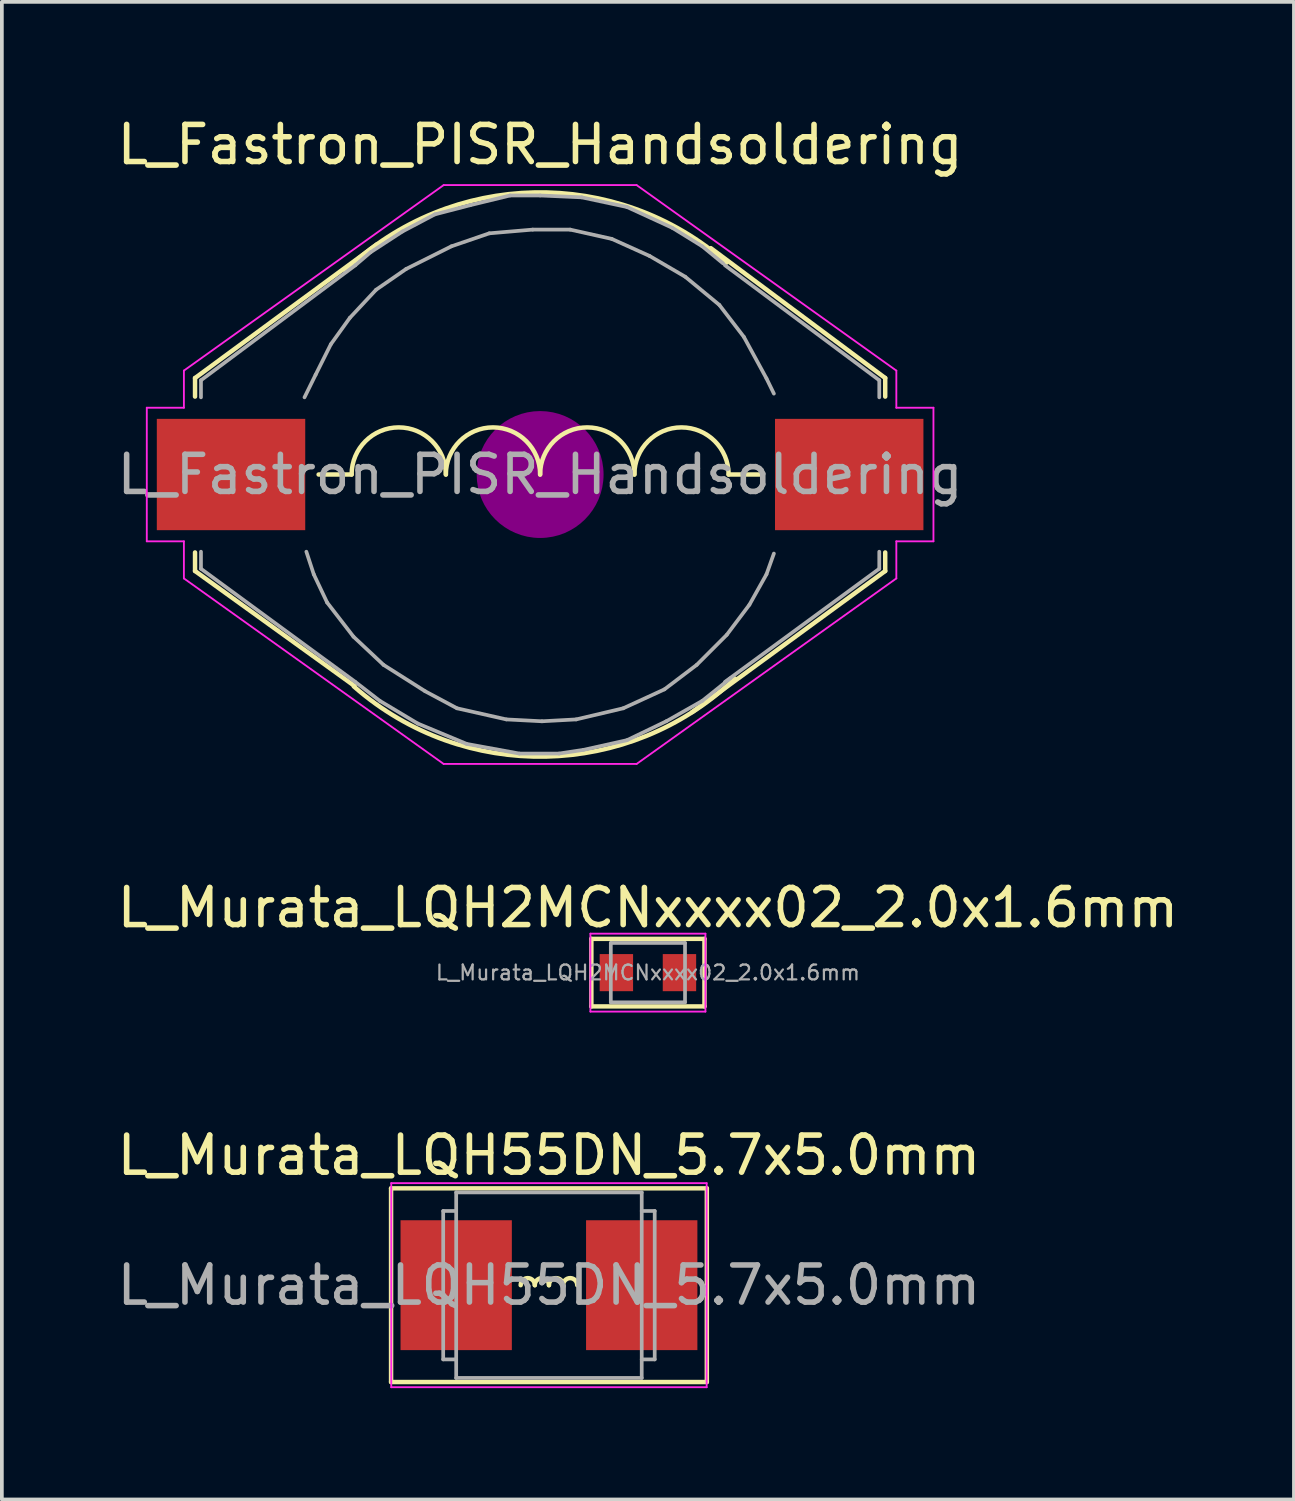
<source format=kicad_pcb>
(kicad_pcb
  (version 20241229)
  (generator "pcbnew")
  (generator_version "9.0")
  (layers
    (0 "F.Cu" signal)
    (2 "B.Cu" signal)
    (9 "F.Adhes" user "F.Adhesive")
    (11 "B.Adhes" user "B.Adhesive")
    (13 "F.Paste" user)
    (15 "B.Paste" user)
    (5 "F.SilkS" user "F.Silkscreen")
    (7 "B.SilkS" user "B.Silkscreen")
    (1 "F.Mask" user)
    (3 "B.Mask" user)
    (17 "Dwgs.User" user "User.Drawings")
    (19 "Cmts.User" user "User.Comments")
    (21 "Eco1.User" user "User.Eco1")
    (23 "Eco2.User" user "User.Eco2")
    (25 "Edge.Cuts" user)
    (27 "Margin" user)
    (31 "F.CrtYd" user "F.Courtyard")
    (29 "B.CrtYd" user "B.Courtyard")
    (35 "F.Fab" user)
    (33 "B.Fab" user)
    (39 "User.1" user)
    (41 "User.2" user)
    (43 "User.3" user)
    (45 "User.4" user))
  (footprint "L_Fastron_PISR_Handsoldering"
    (layer "F.Cu")
    (at 11.506 9.738)
    (property "Reference" "L_Fastron_PISR_Handsoldering" (at 0 -8.89 0) (layer "F.SilkS") (effects (font (size 1 1) (thickness 0.15))))
    (attr smd)
    (fp_line (start -9.3 -2.6) (end -9.3 -2.1) (stroke (width 0.12) (type solid)) (layer "F.SilkS"))
    (fp_line (start -9.3 -2.6) (end -4.4 -6.2) (stroke (width 0.12) (type solid)) (layer "F.SilkS"))
    (fp_line (start -9.3 2.6) (end -9.3 2.1) (stroke (width 0.12) (type solid)) (layer "F.SilkS"))
    (fp_line (start -5.08 0) (end -5.969 0) (stroke (width 0.12) (type solid)) (layer "F.SilkS"))
    (fp_line (start -5 5.7) (end -9.3 2.6) (stroke (width 0.12) (type solid)) (layer "F.SilkS"))
    (fp_line (start 4.1 6.4) (end 9.3 2.6) (stroke (width 0.12) (type solid)) (layer "F.SilkS"))
    (fp_line (start 4.6 -6.1) (end 9.3 -2.6) (stroke (width 0.12) (type solid)) (layer "F.SilkS"))
    (fp_line (start 5.969 0) (end 5.08 0) (stroke (width 0.12) (type solid)) (layer "F.SilkS"))
    (fp_line (start 9.3 -2.6) (end 9.3 -2.1) (stroke (width 0.12) (type solid)) (layer "F.SilkS"))
    (fp_line (start 9.3 2.6) (end 9.3 2.1) (stroke (width 0.12) (type solid)) (layer "F.SilkS"))
    (fp_arc (start -5.25 -5.5) (mid -0.15496 -7.601874) (end 5.021503 -5.709379) (stroke (width 0.12) (type solid)) (layer "F.SilkS"))
    (fp_arc (start -5.08 0) (mid -3.81 -1.27) (end -2.54 0) (stroke (width 0.12) (type solid)) (layer "F.SilkS"))
    (fp_arc (start -2.54 0) (mid -1.27 -1.27) (end 0 0) (stroke (width 0.12) (type solid)) (layer "F.SilkS"))
    (fp_arc (start 0 0) (mid 1.27 -1.27) (end 2.54 0) (stroke (width 0.12) (type solid)) (layer "F.SilkS"))
    (fp_arc (start 2.54 0) (mid 3.81 -1.27) (end 5.08 0) (stroke (width 0.12) (type solid)) (layer "F.SilkS"))
    (fp_arc (start 5.25 5.5) (mid 0.15496 7.601874) (end -5.021503 5.709379) (stroke (width 0.12) (type solid)) (layer "F.SilkS"))
    (fp_line (start 0 -0.25) (end 0 0.25) (stroke (width 0.38) (type solid)) (layer "F.Adhes"))
    (fp_circle (center 0 0) (end 0 0.25) (stroke (width 0.38) (type solid)) (fill no) (layer "F.Adhes"))
    (fp_circle (center 0 0) (end 0 0.51) (stroke (width 0.38) (type solid)) (fill no) (layer "F.Adhes"))
    (fp_circle (center 0 0) (end 0 0.76) (stroke (width 0.38) (type solid)) (fill no) (layer "F.Adhes"))
    (fp_circle (center 0 0) (end 0 1.02) (stroke (width 0.38) (type solid)) (fill no) (layer "F.Adhes"))
    (fp_circle (center 0 0) (end 0 1.27) (stroke (width 0.38) (type solid)) (fill no) (layer "F.Adhes"))
    (fp_circle (center 0 0) (end 0 1.52) (stroke (width 0.38) (type solid)) (fill no) (layer "F.Adhes"))
    (fp_line (start -10.6 -1.8) (end -9.6 -1.8) (stroke (width 0.05) (type solid)) (layer "F.CrtYd"))
    (fp_line (start -10.6 1.8) (end -10.6 -1.8) (stroke (width 0.05) (type solid)) (layer "F.CrtYd"))
    (fp_line (start -9.6 -2.8) (end -2.6 -7.8) (stroke (width 0.05) (type solid)) (layer "F.CrtYd"))
    (fp_line (start -9.6 -1.8) (end -9.6 -2.8) (stroke (width 0.05) (type solid)) (layer "F.CrtYd"))
    (fp_line (start -9.6 1.8) (end -10.6 1.8) (stroke (width 0.05) (type solid)) (layer "F.CrtYd"))
    (fp_line (start -9.6 2.8) (end -9.6 1.8) (stroke (width 0.05) (type solid)) (layer "F.CrtYd"))
    (fp_line (start -2.6 -7.8) (end 2.6 -7.8) (stroke (width 0.05) (type solid)) (layer "F.CrtYd"))
    (fp_line (start -2.6 7.8) (end -9.6 2.8) (stroke (width 0.05) (type solid)) (layer "F.CrtYd"))
    (fp_line (start 2.6 -7.8) (end 9.6 -2.8) (stroke (width 0.05) (type solid)) (layer "F.CrtYd"))
    (fp_line (start 2.6 7.8) (end -2.6 7.8) (stroke (width 0.05) (type solid)) (layer "F.CrtYd"))
    (fp_line (start 9.6 -2.8) (end 9.6 -1.8) (stroke (width 0.05) (type solid)) (layer "F.CrtYd"))
    (fp_line (start 9.6 -1.8) (end 10.6 -1.8) (stroke (width 0.05) (type solid)) (layer "F.CrtYd"))
    (fp_line (start 9.6 1.8) (end 9.6 2.8) (stroke (width 0.05) (type solid)) (layer "F.CrtYd"))
    (fp_line (start 9.6 2.8) (end 2.6 7.8) (stroke (width 0.05) (type solid)) (layer "F.CrtYd"))
    (fp_line (start 10.6 -1.8) (end 10.6 1.8) (stroke (width 0.05) (type solid)) (layer "F.CrtYd"))
    (fp_line (start 10.6 1.8) (end 9.6 1.8) (stroke (width 0.05) (type solid)) (layer "F.CrtYd"))
    (fp_line (start -9.14 -2.54) (end -4.98 -5.64) (stroke (width 0.1) (type solid)) (layer "F.Fab"))
    (fp_line (start -9.14 -2.08) (end -9.14 -2.54) (stroke (width 0.1) (type solid)) (layer "F.Fab"))
    (fp_line (start -9.14 2.08) (end -9.14 2.54) (stroke (width 0.1) (type solid)) (layer "F.Fab"))
    (fp_line (start -9.14 2.54) (end -4.98 5.59) (stroke (width 0.1) (type solid)) (layer "F.Fab"))
    (fp_line (start -6.35 -2.08) (end -6.05 -2.69) (stroke (width 0.1) (type solid)) (layer "F.Fab"))
    (fp_line (start -6.3 2.08) (end -6.1 2.69) (stroke (width 0.1) (type solid)) (layer "F.Fab"))
    (fp_line (start -6.1 2.69) (end -5.74 3.45) (stroke (width 0.1) (type solid)) (layer "F.Fab"))
    (fp_line (start -6.05 -2.69) (end -5.64 -3.51) (stroke (width 0.1) (type solid)) (layer "F.Fab"))
    (fp_line (start -5.74 3.45) (end -5.03 4.37) (stroke (width 0.1) (type solid)) (layer "F.Fab"))
    (fp_line (start -5.64 -3.51) (end -5.13 -4.22) (stroke (width 0.1) (type solid)) (layer "F.Fab"))
    (fp_line (start -5.13 -4.22) (end -4.42 -4.98) (stroke (width 0.1) (type solid)) (layer "F.Fab"))
    (fp_line (start -5.03 4.37) (end -4.22 5.13) (stroke (width 0.1) (type solid)) (layer "F.Fab"))
    (fp_line (start -4.98 -5.64) (end -4.57 -5.99) (stroke (width 0.1) (type solid)) (layer "F.Fab"))
    (fp_line (start -4.98 5.59) (end -4.32 6.1) (stroke (width 0.1) (type solid)) (layer "F.Fab"))
    (fp_line (start -4.57 -5.99) (end -3.71 -6.55) (stroke (width 0.1) (type solid)) (layer "F.Fab"))
    (fp_line (start -4.42 -4.98) (end -3.61 -5.54) (stroke (width 0.1) (type solid)) (layer "F.Fab"))
    (fp_line (start -4.32 6.1) (end -3.3 6.71) (stroke (width 0.1) (type solid)) (layer "F.Fab"))
    (fp_line (start -4.22 5.13) (end -3.1 5.84) (stroke (width 0.1) (type solid)) (layer "F.Fab"))
    (fp_line (start -3.71 -6.55) (end -2.84 -7.01) (stroke (width 0.1) (type solid)) (layer "F.Fab"))
    (fp_line (start -3.61 -5.54) (end -2.39 -6.15) (stroke (width 0.1) (type solid)) (layer "F.Fab"))
    (fp_line (start -3.3 6.71) (end -1.98 7.26) (stroke (width 0.1) (type solid)) (layer "F.Fab"))
    (fp_line (start -3.1 5.84) (end -2.24 6.3) (stroke (width 0.1) (type solid)) (layer "F.Fab"))
    (fp_line (start -2.84 -7.01) (end -1.88 -7.26) (stroke (width 0.1) (type solid)) (layer "F.Fab"))
    (fp_line (start -2.39 -6.15) (end -1.37 -6.5) (stroke (width 0.1) (type solid)) (layer "F.Fab"))
    (fp_line (start -2.24 6.3) (end -0.91 6.6) (stroke (width 0.1) (type solid)) (layer "F.Fab"))
    (fp_line (start -1.98 7.26) (end -0.56 7.52) (stroke (width 0.1) (type solid)) (layer "F.Fab"))
    (fp_line (start -1.88 -7.26) (end -0.81 -7.52) (stroke (width 0.1) (type solid)) (layer "F.Fab"))
    (fp_line (start -1.37 -6.5) (end -0.2 -6.6) (stroke (width 0.1) (type solid)) (layer "F.Fab"))
    (fp_line (start -0.91 6.6) (end 0.05 6.65) (stroke (width 0.1) (type solid)) (layer "F.Fab"))
    (fp_line (start -0.81 -7.52) (end 0 -7.52) (stroke (width 0.1) (type solid)) (layer "F.Fab"))
    (fp_line (start -0.56 7.52) (end 0.51 7.52) (stroke (width 0.1) (type solid)) (layer "F.Fab"))
    (fp_line (start -0.2 -6.6) (end 0.81 -6.6) (stroke (width 0.1) (type solid)) (layer "F.Fab"))
    (fp_line (start 0 -7.52) (end 1.12 -7.47) (stroke (width 0.1) (type solid)) (layer "F.Fab"))
    (fp_line (start 0.05 6.65) (end 0.97 6.6) (stroke (width 0.1) (type solid)) (layer "F.Fab"))
    (fp_line (start 0.51 7.52) (end 1.17 7.42) (stroke (width 0.1) (type solid)) (layer "F.Fab"))
    (fp_line (start 0.81 -6.6) (end 1.93 -6.35) (stroke (width 0.1) (type solid)) (layer "F.Fab"))
    (fp_line (start 0.97 6.6) (end 2.24 6.3) (stroke (width 0.1) (type solid)) (layer "F.Fab"))
    (fp_line (start 1.12 -7.47) (end 2.34 -7.21) (stroke (width 0.1) (type solid)) (layer "F.Fab"))
    (fp_line (start 1.17 7.42) (end 2.34 7.16) (stroke (width 0.1) (type solid)) (layer "F.Fab"))
    (fp_line (start 1.93 -6.35) (end 2.95 -5.89) (stroke (width 0.1) (type solid)) (layer "F.Fab"))
    (fp_line (start 2.24 6.3) (end 3.35 5.79) (stroke (width 0.1) (type solid)) (layer "F.Fab"))
    (fp_line (start 2.34 -7.21) (end 3.56 -6.65) (stroke (width 0.1) (type solid)) (layer "F.Fab"))
    (fp_line (start 2.34 7.16) (end 3.4 6.65) (stroke (width 0.1) (type solid)) (layer "F.Fab"))
    (fp_line (start 2.95 -5.89) (end 3.91 -5.33) (stroke (width 0.1) (type solid)) (layer "F.Fab"))
    (fp_line (start 3.35 5.79) (end 4.22 5.13) (stroke (width 0.1) (type solid)) (layer "F.Fab"))
    (fp_line (start 3.4 6.65) (end 4.37 6.1) (stroke (width 0.1) (type solid)) (layer "F.Fab"))
    (fp_line (start 3.56 -6.65) (end 4.37 -6.15) (stroke (width 0.1) (type solid)) (layer "F.Fab"))
    (fp_line (start 3.91 -5.33) (end 4.83 -4.57) (stroke (width 0.1) (type solid)) (layer "F.Fab"))
    (fp_line (start 4.22 5.13) (end 5.03 4.32) (stroke (width 0.1) (type solid)) (layer "F.Fab"))
    (fp_line (start 4.37 -6.15) (end 4.93 -5.69) (stroke (width 0.1) (type solid)) (layer "F.Fab"))
    (fp_line (start 4.37 6.1) (end 5.13 5.49) (stroke (width 0.1) (type solid)) (layer "F.Fab"))
    (fp_line (start 4.83 -4.57) (end 5.49 -3.71) (stroke (width 0.1) (type solid)) (layer "F.Fab"))
    (fp_line (start 5.03 4.32) (end 5.64 3.51) (stroke (width 0.1) (type solid)) (layer "F.Fab"))
    (fp_line (start 5.49 -3.71) (end 6.1 -2.59) (stroke (width 0.1) (type solid)) (layer "F.Fab"))
    (fp_line (start 5.64 3.51) (end 6.1 2.69) (stroke (width 0.1) (type solid)) (layer "F.Fab"))
    (fp_line (start 6.1 -2.59) (end 6.3 -2.18) (stroke (width 0.1) (type solid)) (layer "F.Fab"))
    (fp_line (start 6.1 2.69) (end 6.3 2.13) (stroke (width 0.1) (type solid)) (layer "F.Fab"))
    (fp_line (start 9.14 -2.54) (end 4.98 -5.64) (stroke (width 0.1) (type solid)) (layer "F.Fab"))
    (fp_line (start 9.14 -2.08) (end 9.14 -2.54) (stroke (width 0.1) (type solid)) (layer "F.Fab"))
    (fp_line (start 9.14 2.08) (end 9.14 2.54) (stroke (width 0.1) (type solid)) (layer "F.Fab"))
    (fp_line (start 9.14 2.54) (end 4.98 5.59) (stroke (width 0.1) (type solid)) (layer "F.Fab"))
    (fp_text user "${REFERENCE}" (at 0 0 0) (layer "F.Fab") (effects (font (size 1 1) (thickness 0.15))))
    (pad "1" smd rect (at 8.33 0) (size 4 3) (layers "F.Cu" "F.Mask" "F.Paste"))
    (pad "2" smd rect (at -8.33 0) (size 4 3) (layers "F.Cu" "F.Mask" "F.Paste")))
  (footprint "L_Murata_LQH2MCNxxxx02_2.0x1.6mm"
    (layer "F.Cu")
    (at 14.411 23.162)
    (property "Reference" "L_Murata_LQH2MCNxxxx02_2.0x1.6mm" (at 0 -1.75 0) (layer "F.SilkS") (effects (font (size 1 1) (thickness 0.15))))
    (attr smd)
    (fp_line (start -1.524 -0.91) (end -1.524 0.91) (stroke (width 0.12) (type solid)) (layer "F.SilkS"))
    (fp_line (start -1.524 -0.91) (end 1.524 -0.91) (stroke (width 0.12) (type solid)) (layer "F.SilkS"))
    (fp_line (start 1.524 -0.91) (end 1.524 0.91) (stroke (width 0.12) (type solid)) (layer "F.SilkS"))
    (fp_line (start 1.524 0.91) (end -1.524 0.91) (stroke (width 0.12) (type solid)) (layer "F.SilkS"))
    (fp_line (start -1.55 -1.05) (end 1.55 -1.05) (stroke (width 0.05) (type solid)) (layer "F.CrtYd"))
    (fp_line (start -1.55 1.05) (end -1.55 -1.05) (stroke (width 0.05) (type solid)) (layer "F.CrtYd"))
    (fp_line (start 1.55 -1.05) (end 1.55 1.05) (stroke (width 0.05) (type solid)) (layer "F.CrtYd"))
    (fp_line (start 1.55 1.05) (end -1.55 1.05) (stroke (width 0.05) (type solid)) (layer "F.CrtYd"))
    (fp_line (start -1 -0.8) (end 1 -0.8) (stroke (width 0.1) (type solid)) (layer "F.Fab"))
    (fp_line (start -1 0.8) (end -1 -0.8) (stroke (width 0.1) (type solid)) (layer "F.Fab"))
    (fp_line (start 1 -0.8) (end 1 0.8) (stroke (width 0.1) (type solid)) (layer "F.Fab"))
    (fp_line (start 1 0.8) (end -1 0.8) (stroke (width 0.1) (type solid)) (layer "F.Fab"))
    (fp_text user "${REFERENCE}" (at 0 0 0) (layer "F.Fab") (effects (font (size 0.4 0.4) (thickness 0.06))))
    (pad "1" smd rect (at -0.85 0) (size 0.9 1) (layers "F.Cu" "F.Mask" "F.Paste"))
    (pad "2" smd rect (at 0.85 0) (size 0.9 1) (layers "F.Cu" "F.Mask" "F.Paste")))
  (footprint "L_Murata_LQH55DN_5.7x5.0mm"
    (layer "F.Cu")
    (at 11.744 31.585)
    (property "Reference" "L_Murata_LQH55DN_5.7x5.0mm" (at 0 -3.5 0) (layer "F.SilkS") (effects (font (size 1 1) (thickness 0.15))))
    (attr smd)
    (fp_line (start -4.255 -2.61) (end 4.255 -2.61) (stroke (width 0.12) (type solid)) (layer "F.SilkS"))
    (fp_line (start -4.255 2.61) (end -4.255 -2.61) (stroke (width 0.12) (type solid)) (layer "F.SilkS"))
    (fp_line (start -4.255 2.61) (end 4.255 2.61) (stroke (width 0.12) (type solid)) (layer "F.SilkS"))
    (fp_line (start 4.255 -2.61) (end 4.255 2.61) (stroke (width 0.12) (type solid)) (layer "F.SilkS"))
    (fp_arc (start -0.762 0) (mid -0.5715 -0.1905) (end -0.381 0) (stroke (width 0.12) (type solid)) (layer "F.SilkS"))
    (fp_arc (start -0.381 0) (mid -0.1905 -0.1905) (end 0 0) (stroke (width 0.12) (type solid)) (layer "F.SilkS"))
    (fp_arc (start 0 0) (mid 0.1905 -0.1905) (end 0.381 0) (stroke (width 0.12) (type solid)) (layer "F.SilkS"))
    (fp_arc (start 0.381 0) (mid 0.5715 -0.1905) (end 0.762 0) (stroke (width 0.12) (type solid)) (layer "F.SilkS"))
    (fp_line (start -4.25 -2.75) (end -4.25 2.75) (stroke (width 0.05) (type solid)) (layer "F.CrtYd"))
    (fp_line (start -4.25 2.75) (end 4.25 2.75) (stroke (width 0.05) (type solid)) (layer "F.CrtYd"))
    (fp_line (start 4.25 -2.75) (end -4.25 -2.75) (stroke (width 0.05) (type solid)) (layer "F.CrtYd"))
    (fp_line (start 4.25 2.75) (end 4.25 -2.75) (stroke (width 0.05) (type solid)) (layer "F.CrtYd"))
    (fp_line (start -2.85 -2) (end -2.85 2) (stroke (width 0.1) (type solid)) (layer "F.Fab"))
    (fp_line (start -2.85 -2) (end -2.5 -2) (stroke (width 0.1) (type solid)) (layer "F.Fab"))
    (fp_line (start -2.85 2) (end -2.5 2) (stroke (width 0.1) (type solid)) (layer "F.Fab"))
    (fp_line (start -2.5 -2.5) (end -2.5 2.5) (stroke (width 0.1) (type solid)) (layer "F.Fab"))
    (fp_line (start -2.5 -2.5) (end 2.5 -2.5) (stroke (width 0.1) (type solid)) (layer "F.Fab"))
    (fp_line (start -2.5 2.5) (end 2.5 2.5) (stroke (width 0.1) (type solid)) (layer "F.Fab"))
    (fp_line (start 2.5 -2.5) (end 2.5 2.5) (stroke (width 0.1) (type solid)) (layer "F.Fab"))
    (fp_line (start 2.85 -2) (end 2.5 -2) (stroke (width 0.1) (type solid)) (layer "F.Fab"))
    (fp_line (start 2.85 -2) (end 2.85 2) (stroke (width 0.1) (type solid)) (layer "F.Fab"))
    (fp_line (start 2.85 2) (end 2.5 2) (stroke (width 0.1) (type solid)) (layer "F.Fab"))
    (fp_text user "${REFERENCE}" (at 0 0 0) (layer "F.Fab") (effects (font (size 1 1) (thickness 0.15))))
    (pad "1" smd rect (at -2.5 0) (size 3 3.5) (layers "F.Cu" "F.Mask" "F.Paste"))
    (pad "2" smd rect (at 2.5 0) (size 3 3.5) (layers "F.Cu" "F.Mask" "F.Paste")))
  (gr_rect
    (start -3 -3)
    (end 31.821 37.36)
    (stroke (width 0.1) (type default))
    (fill no)
    (layer "Edge.Cuts")))
</source>
